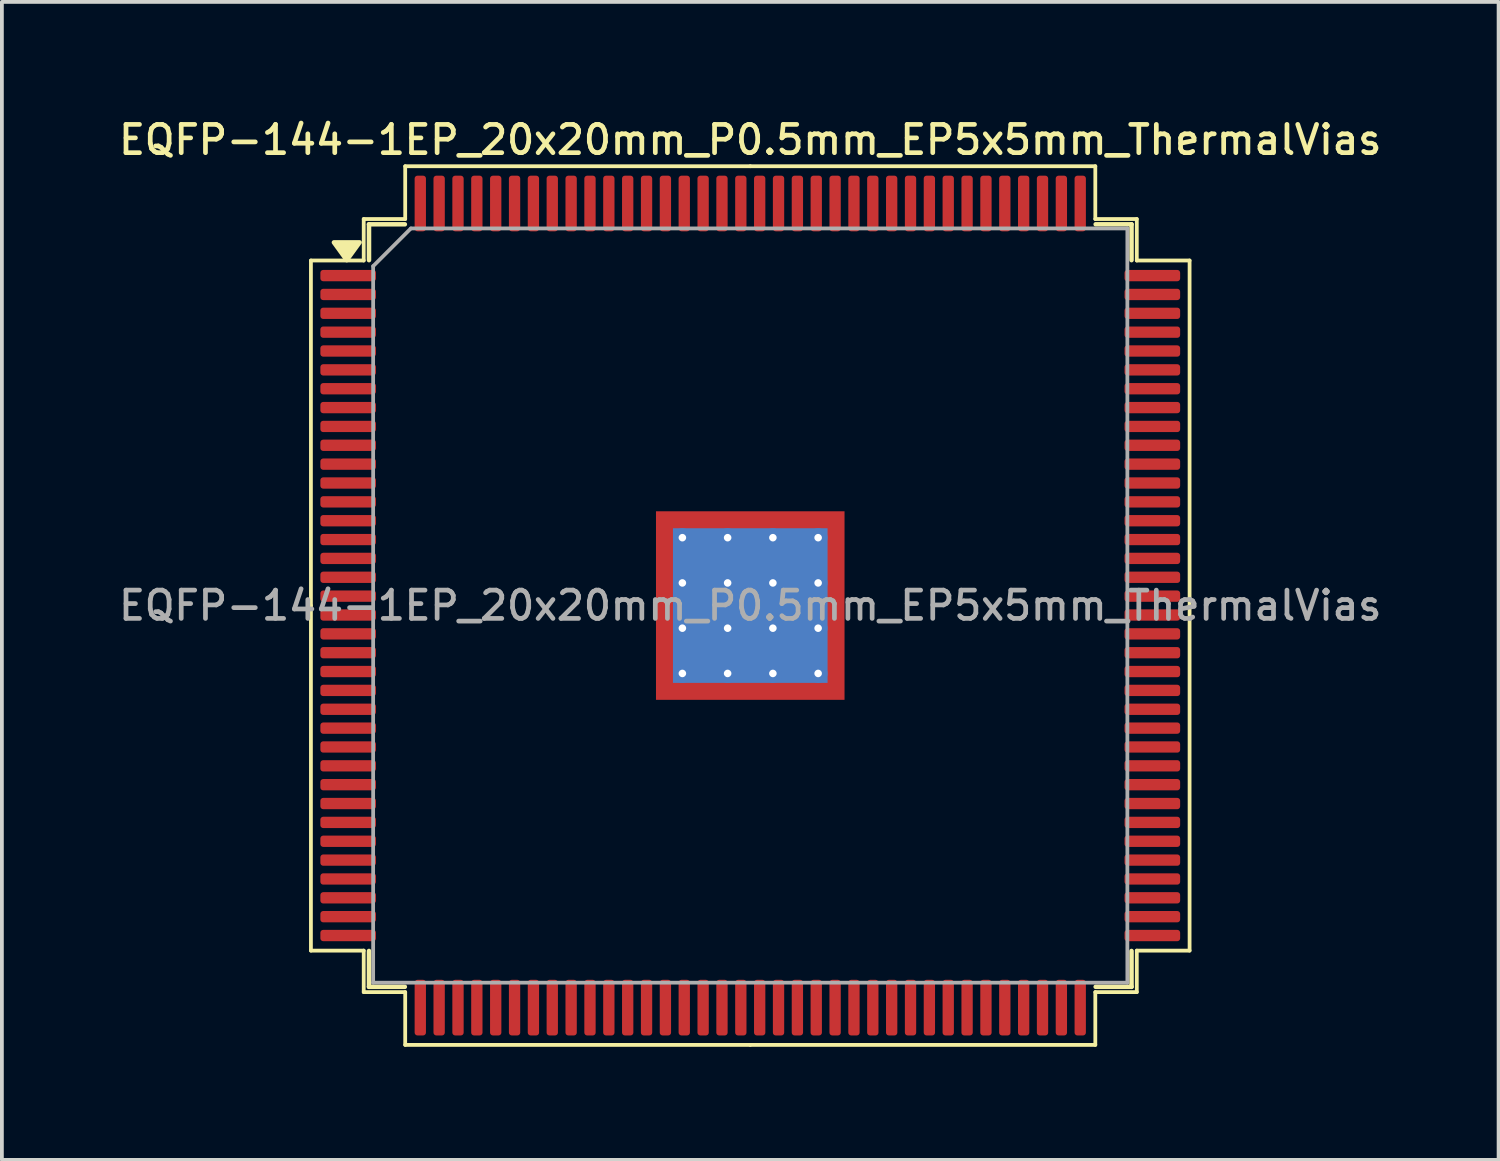
<source format=kicad_pcb>
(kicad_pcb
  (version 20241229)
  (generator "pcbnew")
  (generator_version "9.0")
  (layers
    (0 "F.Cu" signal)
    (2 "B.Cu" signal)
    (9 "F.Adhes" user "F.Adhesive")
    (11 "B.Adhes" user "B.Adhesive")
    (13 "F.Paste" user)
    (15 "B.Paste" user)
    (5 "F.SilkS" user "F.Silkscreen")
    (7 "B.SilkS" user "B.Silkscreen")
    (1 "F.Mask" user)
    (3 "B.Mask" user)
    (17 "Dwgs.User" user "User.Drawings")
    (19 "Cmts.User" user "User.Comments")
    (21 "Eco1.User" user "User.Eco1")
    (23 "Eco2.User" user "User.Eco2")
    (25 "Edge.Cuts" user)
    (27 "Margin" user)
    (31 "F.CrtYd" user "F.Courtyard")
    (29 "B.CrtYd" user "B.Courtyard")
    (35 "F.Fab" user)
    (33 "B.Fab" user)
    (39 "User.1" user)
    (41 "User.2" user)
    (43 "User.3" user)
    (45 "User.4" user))
  (footprint "EQFP-144-1EP_20x20mm_P0.5mm_EP5x5mm_ThermalVias"
    (layer "F.Cu")
    (at 16.845 13.008)
    (property "Reference" "EQFP-144-1EP_20x20mm_P0.5mm_EP5x5mm_ThermalVias" (at 0 -12.35 0) (layer "F.SilkS") (effects (font (size 0.75 0.75) (thickness 0.125))))
    (attr smd)
    (fp_line (start -11.65 -9.15) (end -11.65 0) (stroke (width 0.1) (type solid)) (layer "F.SilkS"))
    (fp_line (start -11.65 9.15) (end -11.65 0) (stroke (width 0.1) (type solid)) (layer "F.SilkS"))
    (fp_line (start -10.25 -10.25) (end -10.25 -9.15) (stroke (width 0.1) (type solid)) (layer "F.SilkS"))
    (fp_line (start -10.25 -9.15) (end -11.65 -9.15) (stroke (width 0.1) (type solid)) (layer "F.SilkS"))
    (fp_line (start -10.25 9.15) (end -11.65 9.15) (stroke (width 0.1) (type solid)) (layer "F.SilkS"))
    (fp_line (start -10.25 10.25) (end -10.25 9.15) (stroke (width 0.1) (type solid)) (layer "F.SilkS"))
    (fp_line (start -10.11 -10.11) (end -10.11 -9.16) (stroke (width 0.12) (type solid)) (layer "F.SilkS"))
    (fp_line (start -10.11 10.11) (end -10.11 9.16) (stroke (width 0.12) (type solid)) (layer "F.SilkS"))
    (fp_line (start -9.16 -10.11) (end -10.11 -10.11) (stroke (width 0.12) (type solid)) (layer "F.SilkS"))
    (fp_line (start -9.16 10.11) (end -10.11 10.11) (stroke (width 0.12) (type solid)) (layer "F.SilkS"))
    (fp_line (start -9.15 -11.65) (end -9.15 -10.25) (stroke (width 0.1) (type solid)) (layer "F.SilkS"))
    (fp_line (start -9.15 -10.25) (end -10.25 -10.25) (stroke (width 0.1) (type solid)) (layer "F.SilkS"))
    (fp_line (start -9.15 10.25) (end -10.25 10.25) (stroke (width 0.1) (type solid)) (layer "F.SilkS"))
    (fp_line (start -9.15 11.65) (end -9.15 10.25) (stroke (width 0.1) (type solid)) (layer "F.SilkS"))
    (fp_line (start 0 -11.65) (end -9.15 -11.65) (stroke (width 0.1) (type solid)) (layer "F.SilkS"))
    (fp_line (start 0 -11.65) (end 9.15 -11.65) (stroke (width 0.1) (type solid)) (layer "F.SilkS"))
    (fp_line (start 0 11.65) (end -9.15 11.65) (stroke (width 0.1) (type solid)) (layer "F.SilkS"))
    (fp_line (start 0 11.65) (end 9.15 11.65) (stroke (width 0.1) (type solid)) (layer "F.SilkS"))
    (fp_line (start 9.15 -11.65) (end 9.15 -10.25) (stroke (width 0.1) (type solid)) (layer "F.SilkS"))
    (fp_line (start 9.15 -10.25) (end 10.25 -10.25) (stroke (width 0.1) (type solid)) (layer "F.SilkS"))
    (fp_line (start 9.15 10.25) (end 10.25 10.25) (stroke (width 0.1) (type solid)) (layer "F.SilkS"))
    (fp_line (start 9.15 11.65) (end 9.15 10.25) (stroke (width 0.1) (type solid)) (layer "F.SilkS"))
    (fp_line (start 9.16 -10.11) (end 10.11 -10.11) (stroke (width 0.12) (type solid)) (layer "F.SilkS"))
    (fp_line (start 9.16 10.11) (end 10.11 10.11) (stroke (width 0.12) (type solid)) (layer "F.SilkS"))
    (fp_line (start 10.11 -10.11) (end 10.11 -9.16) (stroke (width 0.12) (type solid)) (layer "F.SilkS"))
    (fp_line (start 10.11 10.11) (end 10.11 9.16) (stroke (width 0.12) (type solid)) (layer "F.SilkS"))
    (fp_line (start 10.25 -10.25) (end 10.25 -9.15) (stroke (width 0.1) (type solid)) (layer "F.SilkS"))
    (fp_line (start 10.25 -9.15) (end 11.65 -9.15) (stroke (width 0.1) (type solid)) (layer "F.SilkS"))
    (fp_line (start 10.25 9.15) (end 11.65 9.15) (stroke (width 0.1) (type solid)) (layer "F.SilkS"))
    (fp_line (start 10.25 10.25) (end 10.25 9.15) (stroke (width 0.1) (type solid)) (layer "F.SilkS"))
    (fp_line (start 11.65 -9.15) (end 11.65 0) (stroke (width 0.1) (type solid)) (layer "F.SilkS"))
    (fp_line (start 11.65 9.15) (end 11.65 0) (stroke (width 0.1) (type solid)) (layer "F.SilkS"))
    (fp_poly (pts (xy -10.7 -9.16) (xy -11.04 -9.63) (xy -10.36 -9.63) (xy -10.7 -9.16)) (stroke (width 0.12) (type solid)) (fill yes) (layer "F.SilkS"))
    (fp_line (start -10 -9) (end -9 -10) (stroke (width 0.1) (type solid)) (layer "F.Fab"))
    (fp_line (start -10 10) (end -10 -9) (stroke (width 0.1) (type solid)) (layer "F.Fab"))
    (fp_line (start -9 -10) (end 10 -10) (stroke (width 0.1) (type solid)) (layer "F.Fab"))
    (fp_line (start 10 -10) (end 10 10) (stroke (width 0.1) (type solid)) (layer "F.Fab"))
    (fp_line (start 10 10) (end -10 10) (stroke (width 0.1) (type solid)) (layer "F.Fab"))
    (fp_text user "${REFERENCE}" (at 0 0 0) (layer "F.Fab") (effects (font (size 0.75 0.75) (thickness 0.125))))
    (pad "" smd custom (at -2.15 -2.15) (size 0.46 0.46) (layers "F.Paste") (options (anchor circle)) (primitives (gr_poly (pts (xy -0.178 -0.178) (xy 0.178 -0.178) (xy 0.178 0.092) (xy 0.092 0.178) (xy -0.178 0.178)) (width 0.208) (fill yes))))
    (pad "" smd custom (at -2.15 -1.2) (size 0.495 0.495) (layers "F.Paste") (options (anchor circle)) (primitives (gr_poly (pts (xy -0.212 -0.414) (xy 0.154 -0.414) (xy 0.212 -0.356) (xy 0.212 0.356) (xy 0.154 0.414) (xy -0.212 0.414)) (width 0.14) (fill yes))))
    (pad "" smd custom (at -2.15 0) (size 0.495 0.495) (layers "F.Paste") (options (anchor circle)) (primitives (gr_poly (pts (xy -0.212 -0.414) (xy 0.154 -0.414) (xy 0.212 -0.356) (xy 0.212 0.356) (xy 0.154 0.414) (xy -0.212 0.414)) (width 0.14) (fill yes))))
    (pad "" smd custom (at -2.15 1.2) (size 0.495 0.495) (layers "F.Paste") (options (anchor circle)) (primitives (gr_poly (pts (xy -0.212 -0.414) (xy 0.154 -0.414) (xy 0.212 -0.356) (xy 0.212 0.356) (xy 0.154 0.414) (xy -0.212 0.414)) (width 0.14) (fill yes))))
    (pad "" smd custom (at -2.15 2.15) (size 0.46 0.46) (layers "F.Paste") (options (anchor circle)) (primitives (gr_poly (pts (xy -0.178 -0.178) (xy 0.092 -0.178) (xy 0.178 -0.092) (xy 0.178 0.178) (xy -0.178 0.178)) (width 0.208) (fill yes))))
    (pad "" smd custom (at -1.2 -2.15) (size 0.495 0.495) (layers "F.Paste") (options (anchor circle)) (primitives (gr_poly (pts (xy -0.414 -0.212) (xy 0.414 -0.212) (xy 0.414 0.154) (xy 0.356 0.212) (xy -0.356 0.212) (xy -0.414 0.154)) (width 0.14) (fill yes))))
    (pad "" smd roundrect (at -1.2 -1.2) (size 0.967 0.967) (layers "F.Paste") (roundrect_rratio 0.25))
    (pad "" smd roundrect (at -1.2 0) (size 0.967 0.967) (layers "F.Paste") (roundrect_rratio 0.25))
    (pad "" smd roundrect (at -1.2 1.2) (size 0.967 0.967) (layers "F.Paste") (roundrect_rratio 0.25))
    (pad "" smd custom (at -1.2 2.15) (size 0.495 0.495) (layers "F.Paste") (options (anchor circle)) (primitives (gr_poly (pts (xy -0.414 -0.154) (xy -0.356 -0.212) (xy 0.356 -0.212) (xy 0.414 -0.154) (xy 0.414 0.212) (xy -0.414 0.212)) (width 0.14) (fill yes))))
    (pad "" smd custom (at 0 -2.15) (size 0.495 0.495) (layers "F.Paste") (options (anchor circle)) (primitives (gr_poly (pts (xy -0.414 -0.212) (xy 0.414 -0.212) (xy 0.414 0.154) (xy 0.356 0.212) (xy -0.356 0.212) (xy -0.414 0.154)) (width 0.14) (fill yes))))
    (pad "" smd roundrect (at 0 -1.2) (size 0.967 0.967) (layers "F.Paste") (roundrect_rratio 0.25))
    (pad "" smd roundrect (at 0 0) (size 0.967 0.967) (layers "F.Paste") (roundrect_rratio 0.25))
    (pad "" smd roundrect (at 0 1.2) (size 0.967 0.967) (layers "F.Paste") (roundrect_rratio 0.25))
    (pad "" smd custom (at 0 2.15) (size 0.495 0.495) (layers "F.Paste") (options (anchor circle)) (primitives (gr_poly (pts (xy -0.414 -0.154) (xy -0.356 -0.212) (xy 0.356 -0.212) (xy 0.414 -0.154) (xy 0.414 0.212) (xy -0.414 0.212)) (width 0.14) (fill yes))))
    (pad "" smd custom (at 1.2 -2.15) (size 0.495 0.495) (layers "F.Paste") (options (anchor circle)) (primitives (gr_poly (pts (xy -0.414 -0.212) (xy 0.414 -0.212) (xy 0.414 0.154) (xy 0.356 0.212) (xy -0.356 0.212) (xy -0.414 0.154)) (width 0.14) (fill yes))))
    (pad "" smd roundrect (at 1.2 -1.2) (size 0.967 0.967) (layers "F.Paste") (roundrect_rratio 0.25))
    (pad "" smd roundrect (at 1.2 0) (size 0.967 0.967) (layers "F.Paste") (roundrect_rratio 0.25))
    (pad "" smd roundrect (at 1.2 1.2) (size 0.967 0.967) (layers "F.Paste") (roundrect_rratio 0.25))
    (pad "" smd custom (at 1.2 2.15) (size 0.495 0.495) (layers "F.Paste") (options (anchor circle)) (primitives (gr_poly (pts (xy -0.414 -0.154) (xy -0.356 -0.212) (xy 0.356 -0.212) (xy 0.414 -0.154) (xy 0.414 0.212) (xy -0.414 0.212)) (width 0.14) (fill yes))))
    (pad "" smd custom (at 2.15 -2.15) (size 0.46 0.46) (layers "F.Paste") (options (anchor circle)) (primitives (gr_poly (pts (xy -0.178 -0.178) (xy 0.178 -0.178) (xy 0.178 0.178) (xy -0.092 0.178) (xy -0.178 0.092)) (width 0.208) (fill yes))))
    (pad "" smd custom (at 2.15 -1.2) (size 0.495 0.495) (layers "F.Paste") (options (anchor circle)) (primitives (gr_poly (pts (xy -0.212 -0.356) (xy -0.154 -0.414) (xy 0.212 -0.414) (xy 0.212 0.414) (xy -0.154 0.414) (xy -0.212 0.356)) (width 0.14) (fill yes))))
    (pad "" smd custom (at 2.15 0) (size 0.495 0.495) (layers "F.Paste") (options (anchor circle)) (primitives (gr_poly (pts (xy -0.212 -0.356) (xy -0.154 -0.414) (xy 0.212 -0.414) (xy 0.212 0.414) (xy -0.154 0.414) (xy -0.212 0.356)) (width 0.14) (fill yes))))
    (pad "" smd custom (at 2.15 1.2) (size 0.495 0.495) (layers "F.Paste") (options (anchor circle)) (primitives (gr_poly (pts (xy -0.212 -0.356) (xy -0.154 -0.414) (xy 0.212 -0.414) (xy 0.212 0.414) (xy -0.154 0.414) (xy -0.212 0.356)) (width 0.14) (fill yes))))
    (pad "" smd custom (at 2.15 2.15) (size 0.46 0.46) (layers "F.Paste") (options (anchor circle)) (primitives (gr_poly (pts (xy -0.178 -0.092) (xy -0.092 -0.178) (xy 0.178 -0.178) (xy 0.178 0.178) (xy -0.178 0.178)) (width 0.208) (fill yes))))
    (pad "1" smd roundrect (at -10.662 -8.75) (size 1.475 0.3) (layers "F.Cu" "F.Mask" "F.Paste") (roundrect_rratio 0.25))
    (pad "2" smd roundrect (at -10.662 -8.25) (size 1.475 0.3) (layers "F.Cu" "F.Mask" "F.Paste") (roundrect_rratio 0.25))
    (pad "3" smd roundrect (at -10.662 -7.75) (size 1.475 0.3) (layers "F.Cu" "F.Mask" "F.Paste") (roundrect_rratio 0.25))
    (pad "4" smd roundrect (at -10.662 -7.25) (size 1.475 0.3) (layers "F.Cu" "F.Mask" "F.Paste") (roundrect_rratio 0.25))
    (pad "5" smd roundrect (at -10.662 -6.75) (size 1.475 0.3) (layers "F.Cu" "F.Mask" "F.Paste") (roundrect_rratio 0.25))
    (pad "6" smd roundrect (at -10.662 -6.25) (size 1.475 0.3) (layers "F.Cu" "F.Mask" "F.Paste") (roundrect_rratio 0.25))
    (pad "7" smd roundrect (at -10.662 -5.75) (size 1.475 0.3) (layers "F.Cu" "F.Mask" "F.Paste") (roundrect_rratio 0.25))
    (pad "8" smd roundrect (at -10.662 -5.25) (size 1.475 0.3) (layers "F.Cu" "F.Mask" "F.Paste") (roundrect_rratio 0.25))
    (pad "9" smd roundrect (at -10.662 -4.75) (size 1.475 0.3) (layers "F.Cu" "F.Mask" "F.Paste") (roundrect_rratio 0.25))
    (pad "10" smd roundrect (at -10.662 -4.25) (size 1.475 0.3) (layers "F.Cu" "F.Mask" "F.Paste") (roundrect_rratio 0.25))
    (pad "11" smd roundrect (at -10.662 -3.75) (size 1.475 0.3) (layers "F.Cu" "F.Mask" "F.Paste") (roundrect_rratio 0.25))
    (pad "12" smd roundrect (at -10.662 -3.25) (size 1.475 0.3) (layers "F.Cu" "F.Mask" "F.Paste") (roundrect_rratio 0.25))
    (pad "13" smd roundrect (at -10.662 -2.75) (size 1.475 0.3) (layers "F.Cu" "F.Mask" "F.Paste") (roundrect_rratio 0.25))
    (pad "14" smd roundrect (at -10.662 -2.25) (size 1.475 0.3) (layers "F.Cu" "F.Mask" "F.Paste") (roundrect_rratio 0.25))
    (pad "15" smd roundrect (at -10.662 -1.75) (size 1.475 0.3) (layers "F.Cu" "F.Mask" "F.Paste") (roundrect_rratio 0.25))
    (pad "16" smd roundrect (at -10.662 -1.25) (size 1.475 0.3) (layers "F.Cu" "F.Mask" "F.Paste") (roundrect_rratio 0.25))
    (pad "17" smd roundrect (at -10.662 -0.75) (size 1.475 0.3) (layers "F.Cu" "F.Mask" "F.Paste") (roundrect_rratio 0.25))
    (pad "18" smd roundrect (at -10.662 -0.25) (size 1.475 0.3) (layers "F.Cu" "F.Mask" "F.Paste") (roundrect_rratio 0.25))
    (pad "19" smd roundrect (at -10.662 0.25) (size 1.475 0.3) (layers "F.Cu" "F.Mask" "F.Paste") (roundrect_rratio 0.25))
    (pad "20" smd roundrect (at -10.662 0.75) (size 1.475 0.3) (layers "F.Cu" "F.Mask" "F.Paste") (roundrect_rratio 0.25))
    (pad "21" smd roundrect (at -10.662 1.25) (size 1.475 0.3) (layers "F.Cu" "F.Mask" "F.Paste") (roundrect_rratio 0.25))
    (pad "22" smd roundrect (at -10.662 1.75) (size 1.475 0.3) (layers "F.Cu" "F.Mask" "F.Paste") (roundrect_rratio 0.25))
    (pad "23" smd roundrect (at -10.662 2.25) (size 1.475 0.3) (layers "F.Cu" "F.Mask" "F.Paste") (roundrect_rratio 0.25))
    (pad "24" smd roundrect (at -10.662 2.75) (size 1.475 0.3) (layers "F.Cu" "F.Mask" "F.Paste") (roundrect_rratio 0.25))
    (pad "25" smd roundrect (at -10.662 3.25) (size 1.475 0.3) (layers "F.Cu" "F.Mask" "F.Paste") (roundrect_rratio 0.25))
    (pad "26" smd roundrect (at -10.662 3.75) (size 1.475 0.3) (layers "F.Cu" "F.Mask" "F.Paste") (roundrect_rratio 0.25))
    (pad "27" smd roundrect (at -10.662 4.25) (size 1.475 0.3) (layers "F.Cu" "F.Mask" "F.Paste") (roundrect_rratio 0.25))
    (pad "28" smd roundrect (at -10.662 4.75) (size 1.475 0.3) (layers "F.Cu" "F.Mask" "F.Paste") (roundrect_rratio 0.25))
    (pad "29" smd roundrect (at -10.662 5.25) (size 1.475 0.3) (layers "F.Cu" "F.Mask" "F.Paste") (roundrect_rratio 0.25))
    (pad "30" smd roundrect (at -10.662 5.75) (size 1.475 0.3) (layers "F.Cu" "F.Mask" "F.Paste") (roundrect_rratio 0.25))
    (pad "31" smd roundrect (at -10.662 6.25) (size 1.475 0.3) (layers "F.Cu" "F.Mask" "F.Paste") (roundrect_rratio 0.25))
    (pad "32" smd roundrect (at -10.662 6.75) (size 1.475 0.3) (layers "F.Cu" "F.Mask" "F.Paste") (roundrect_rratio 0.25))
    (pad "33" smd roundrect (at -10.662 7.25) (size 1.475 0.3) (layers "F.Cu" "F.Mask" "F.Paste") (roundrect_rratio 0.25))
    (pad "34" smd roundrect (at -10.662 7.75) (size 1.475 0.3) (layers "F.Cu" "F.Mask" "F.Paste") (roundrect_rratio 0.25))
    (pad "35" smd roundrect (at -10.662 8.25) (size 1.475 0.3) (layers "F.Cu" "F.Mask" "F.Paste") (roundrect_rratio 0.25))
    (pad "36" smd roundrect (at -10.662 8.75) (size 1.475 0.3) (layers "F.Cu" "F.Mask" "F.Paste") (roundrect_rratio 0.25))
    (pad "37" smd roundrect (at -8.75 10.662) (size 0.3 1.475) (layers "F.Cu" "F.Mask" "F.Paste") (roundrect_rratio 0.25))
    (pad "38" smd roundrect (at -8.25 10.662) (size 0.3 1.475) (layers "F.Cu" "F.Mask" "F.Paste") (roundrect_rratio 0.25))
    (pad "39" smd roundrect (at -7.75 10.662) (size 0.3 1.475) (layers "F.Cu" "F.Mask" "F.Paste") (roundrect_rratio 0.25))
    (pad "40" smd roundrect (at -7.25 10.662) (size 0.3 1.475) (layers "F.Cu" "F.Mask" "F.Paste") (roundrect_rratio 0.25))
    (pad "41" smd roundrect (at -6.75 10.662) (size 0.3 1.475) (layers "F.Cu" "F.Mask" "F.Paste") (roundrect_rratio 0.25))
    (pad "42" smd roundrect (at -6.25 10.662) (size 0.3 1.475) (layers "F.Cu" "F.Mask" "F.Paste") (roundrect_rratio 0.25))
    (pad "43" smd roundrect (at -5.75 10.662) (size 0.3 1.475) (layers "F.Cu" "F.Mask" "F.Paste") (roundrect_rratio 0.25))
    (pad "44" smd roundrect (at -5.25 10.662) (size 0.3 1.475) (layers "F.Cu" "F.Mask" "F.Paste") (roundrect_rratio 0.25))
    (pad "45" smd roundrect (at -4.75 10.662) (size 0.3 1.475) (layers "F.Cu" "F.Mask" "F.Paste") (roundrect_rratio 0.25))
    (pad "46" smd roundrect (at -4.25 10.662) (size 0.3 1.475) (layers "F.Cu" "F.Mask" "F.Paste") (roundrect_rratio 0.25))
    (pad "47" smd roundrect (at -3.75 10.662) (size 0.3 1.475) (layers "F.Cu" "F.Mask" "F.Paste") (roundrect_rratio 0.25))
    (pad "48" smd roundrect (at -3.25 10.662) (size 0.3 1.475) (layers "F.Cu" "F.Mask" "F.Paste") (roundrect_rratio 0.25))
    (pad "49" smd roundrect (at -2.75 10.662) (size 0.3 1.475) (layers "F.Cu" "F.Mask" "F.Paste") (roundrect_rratio 0.25))
    (pad "50" smd roundrect (at -2.25 10.662) (size 0.3 1.475) (layers "F.Cu" "F.Mask" "F.Paste") (roundrect_rratio 0.25))
    (pad "51" smd roundrect (at -1.75 10.662) (size 0.3 1.475) (layers "F.Cu" "F.Mask" "F.Paste") (roundrect_rratio 0.25))
    (pad "52" smd roundrect (at -1.25 10.662) (size 0.3 1.475) (layers "F.Cu" "F.Mask" "F.Paste") (roundrect_rratio 0.25))
    (pad "53" smd roundrect (at -0.75 10.662) (size 0.3 1.475) (layers "F.Cu" "F.Mask" "F.Paste") (roundrect_rratio 0.25))
    (pad "54" smd roundrect (at -0.25 10.662) (size 0.3 1.475) (layers "F.Cu" "F.Mask" "F.Paste") (roundrect_rratio 0.25))
    (pad "55" smd roundrect (at 0.25 10.662) (size 0.3 1.475) (layers "F.Cu" "F.Mask" "F.Paste") (roundrect_rratio 0.25))
    (pad "56" smd roundrect (at 0.75 10.662) (size 0.3 1.475) (layers "F.Cu" "F.Mask" "F.Paste") (roundrect_rratio 0.25))
    (pad "57" smd roundrect (at 1.25 10.662) (size 0.3 1.475) (layers "F.Cu" "F.Mask" "F.Paste") (roundrect_rratio 0.25))
    (pad "58" smd roundrect (at 1.75 10.662) (size 0.3 1.475) (layers "F.Cu" "F.Mask" "F.Paste") (roundrect_rratio 0.25))
    (pad "59" smd roundrect (at 2.25 10.662) (size 0.3 1.475) (layers "F.Cu" "F.Mask" "F.Paste") (roundrect_rratio 0.25))
    (pad "60" smd roundrect (at 2.75 10.662) (size 0.3 1.475) (layers "F.Cu" "F.Mask" "F.Paste") (roundrect_rratio 0.25))
    (pad "61" smd roundrect (at 3.25 10.662) (size 0.3 1.475) (layers "F.Cu" "F.Mask" "F.Paste") (roundrect_rratio 0.25))
    (pad "62" smd roundrect (at 3.75 10.662) (size 0.3 1.475) (layers "F.Cu" "F.Mask" "F.Paste") (roundrect_rratio 0.25))
    (pad "63" smd roundrect (at 4.25 10.662) (size 0.3 1.475) (layers "F.Cu" "F.Mask" "F.Paste") (roundrect_rratio 0.25))
    (pad "64" smd roundrect (at 4.75 10.662) (size 0.3 1.475) (layers "F.Cu" "F.Mask" "F.Paste") (roundrect_rratio 0.25))
    (pad "65" smd roundrect (at 5.25 10.662) (size 0.3 1.475) (layers "F.Cu" "F.Mask" "F.Paste") (roundrect_rratio 0.25))
    (pad "66" smd roundrect (at 5.75 10.662) (size 0.3 1.475) (layers "F.Cu" "F.Mask" "F.Paste") (roundrect_rratio 0.25))
    (pad "67" smd roundrect (at 6.25 10.662) (size 0.3 1.475) (layers "F.Cu" "F.Mask" "F.Paste") (roundrect_rratio 0.25))
    (pad "68" smd roundrect (at 6.75 10.662) (size 0.3 1.475) (layers "F.Cu" "F.Mask" "F.Paste") (roundrect_rratio 0.25))
    (pad "69" smd roundrect (at 7.25 10.662) (size 0.3 1.475) (layers "F.Cu" "F.Mask" "F.Paste") (roundrect_rratio 0.25))
    (pad "70" smd roundrect (at 7.75 10.662) (size 0.3 1.475) (layers "F.Cu" "F.Mask" "F.Paste") (roundrect_rratio 0.25))
    (pad "71" smd roundrect (at 8.25 10.662) (size 0.3 1.475) (layers "F.Cu" "F.Mask" "F.Paste") (roundrect_rratio 0.25))
    (pad "72" smd roundrect (at 8.75 10.662) (size 0.3 1.475) (layers "F.Cu" "F.Mask" "F.Paste") (roundrect_rratio 0.25))
    (pad "73" smd roundrect (at 10.662 8.75) (size 1.475 0.3) (layers "F.Cu" "F.Mask" "F.Paste") (roundrect_rratio 0.25))
    (pad "74" smd roundrect (at 10.662 8.25) (size 1.475 0.3) (layers "F.Cu" "F.Mask" "F.Paste") (roundrect_rratio 0.25))
    (pad "75" smd roundrect (at 10.662 7.75) (size 1.475 0.3) (layers "F.Cu" "F.Mask" "F.Paste") (roundrect_rratio 0.25))
    (pad "76" smd roundrect (at 10.662 7.25) (size 1.475 0.3) (layers "F.Cu" "F.Mask" "F.Paste") (roundrect_rratio 0.25))
    (pad "77" smd roundrect (at 10.662 6.75) (size 1.475 0.3) (layers "F.Cu" "F.Mask" "F.Paste") (roundrect_rratio 0.25))
    (pad "78" smd roundrect (at 10.662 6.25) (size 1.475 0.3) (layers "F.Cu" "F.Mask" "F.Paste") (roundrect_rratio 0.25))
    (pad "79" smd roundrect (at 10.662 5.75) (size 1.475 0.3) (layers "F.Cu" "F.Mask" "F.Paste") (roundrect_rratio 0.25))
    (pad "80" smd roundrect (at 10.662 5.25) (size 1.475 0.3) (layers "F.Cu" "F.Mask" "F.Paste") (roundrect_rratio 0.25))
    (pad "81" smd roundrect (at 10.662 4.75) (size 1.475 0.3) (layers "F.Cu" "F.Mask" "F.Paste") (roundrect_rratio 0.25))
    (pad "82" smd roundrect (at 10.662 4.25) (size 1.475 0.3) (layers "F.Cu" "F.Mask" "F.Paste") (roundrect_rratio 0.25))
    (pad "83" smd roundrect (at 10.662 3.75) (size 1.475 0.3) (layers "F.Cu" "F.Mask" "F.Paste") (roundrect_rratio 0.25))
    (pad "84" smd roundrect (at 10.662 3.25) (size 1.475 0.3) (layers "F.Cu" "F.Mask" "F.Paste") (roundrect_rratio 0.25))
    (pad "85" smd roundrect (at 10.662 2.75) (size 1.475 0.3) (layers "F.Cu" "F.Mask" "F.Paste") (roundrect_rratio 0.25))
    (pad "86" smd roundrect (at 10.662 2.25) (size 1.475 0.3) (layers "F.Cu" "F.Mask" "F.Paste") (roundrect_rratio 0.25))
    (pad "87" smd roundrect (at 10.662 1.75) (size 1.475 0.3) (layers "F.Cu" "F.Mask" "F.Paste") (roundrect_rratio 0.25))
    (pad "88" smd roundrect (at 10.662 1.25) (size 1.475 0.3) (layers "F.Cu" "F.Mask" "F.Paste") (roundrect_rratio 0.25))
    (pad "89" smd roundrect (at 10.662 0.75) (size 1.475 0.3) (layers "F.Cu" "F.Mask" "F.Paste") (roundrect_rratio 0.25))
    (pad "90" smd roundrect (at 10.662 0.25) (size 1.475 0.3) (layers "F.Cu" "F.Mask" "F.Paste") (roundrect_rratio 0.25))
    (pad "91" smd roundrect (at 10.662 -0.25) (size 1.475 0.3) (layers "F.Cu" "F.Mask" "F.Paste") (roundrect_rratio 0.25))
    (pad "92" smd roundrect (at 10.662 -0.75) (size 1.475 0.3) (layers "F.Cu" "F.Mask" "F.Paste") (roundrect_rratio 0.25))
    (pad "93" smd roundrect (at 10.662 -1.25) (size 1.475 0.3) (layers "F.Cu" "F.Mask" "F.Paste") (roundrect_rratio 0.25))
    (pad "94" smd roundrect (at 10.662 -1.75) (size 1.475 0.3) (layers "F.Cu" "F.Mask" "F.Paste") (roundrect_rratio 0.25))
    (pad "95" smd roundrect (at 10.662 -2.25) (size 1.475 0.3) (layers "F.Cu" "F.Mask" "F.Paste") (roundrect_rratio 0.25))
    (pad "96" smd roundrect (at 10.662 -2.75) (size 1.475 0.3) (layers "F.Cu" "F.Mask" "F.Paste") (roundrect_rratio 0.25))
    (pad "97" smd roundrect (at 10.662 -3.25) (size 1.475 0.3) (layers "F.Cu" "F.Mask" "F.Paste") (roundrect_rratio 0.25))
    (pad "98" smd roundrect (at 10.662 -3.75) (size 1.475 0.3) (layers "F.Cu" "F.Mask" "F.Paste") (roundrect_rratio 0.25))
    (pad "99" smd roundrect (at 10.662 -4.25) (size 1.475 0.3) (layers "F.Cu" "F.Mask" "F.Paste") (roundrect_rratio 0.25))
    (pad "100" smd roundrect (at 10.662 -4.75) (size 1.475 0.3) (layers "F.Cu" "F.Mask" "F.Paste") (roundrect_rratio 0.25))
    (pad "101" smd roundrect (at 10.662 -5.25) (size 1.475 0.3) (layers "F.Cu" "F.Mask" "F.Paste") (roundrect_rratio 0.25))
    (pad "102" smd roundrect (at 10.662 -5.75) (size 1.475 0.3) (layers "F.Cu" "F.Mask" "F.Paste") (roundrect_rratio 0.25))
    (pad "103" smd roundrect (at 10.662 -6.25) (size 1.475 0.3) (layers "F.Cu" "F.Mask" "F.Paste") (roundrect_rratio 0.25))
    (pad "104" smd roundrect (at 10.662 -6.75) (size 1.475 0.3) (layers "F.Cu" "F.Mask" "F.Paste") (roundrect_rratio 0.25))
    (pad "105" smd roundrect (at 10.662 -7.25) (size 1.475 0.3) (layers "F.Cu" "F.Mask" "F.Paste") (roundrect_rratio 0.25))
    (pad "106" smd roundrect (at 10.662 -7.75) (size 1.475 0.3) (layers "F.Cu" "F.Mask" "F.Paste") (roundrect_rratio 0.25))
    (pad "107" smd roundrect (at 10.662 -8.25) (size 1.475 0.3) (layers "F.Cu" "F.Mask" "F.Paste") (roundrect_rratio 0.25))
    (pad "108" smd roundrect (at 10.662 -8.75) (size 1.475 0.3) (layers "F.Cu" "F.Mask" "F.Paste") (roundrect_rratio 0.25))
    (pad "109" smd roundrect (at 8.75 -10.662) (size 0.3 1.475) (layers "F.Cu" "F.Mask" "F.Paste") (roundrect_rratio 0.25))
    (pad "110" smd roundrect (at 8.25 -10.662) (size 0.3 1.475) (layers "F.Cu" "F.Mask" "F.Paste") (roundrect_rratio 0.25))
    (pad "111" smd roundrect (at 7.75 -10.662) (size 0.3 1.475) (layers "F.Cu" "F.Mask" "F.Paste") (roundrect_rratio 0.25))
    (pad "112" smd roundrect (at 7.25 -10.662) (size 0.3 1.475) (layers "F.Cu" "F.Mask" "F.Paste") (roundrect_rratio 0.25))
    (pad "113" smd roundrect (at 6.75 -10.662) (size 0.3 1.475) (layers "F.Cu" "F.Mask" "F.Paste") (roundrect_rratio 0.25))
    (pad "114" smd roundrect (at 6.25 -10.662) (size 0.3 1.475) (layers "F.Cu" "F.Mask" "F.Paste") (roundrect_rratio 0.25))
    (pad "115" smd roundrect (at 5.75 -10.662) (size 0.3 1.475) (layers "F.Cu" "F.Mask" "F.Paste") (roundrect_rratio 0.25))
    (pad "116" smd roundrect (at 5.25 -10.662) (size 0.3 1.475) (layers "F.Cu" "F.Mask" "F.Paste") (roundrect_rratio 0.25))
    (pad "117" smd roundrect (at 4.75 -10.662) (size 0.3 1.475) (layers "F.Cu" "F.Mask" "F.Paste") (roundrect_rratio 0.25))
    (pad "118" smd roundrect (at 4.25 -10.662) (size 0.3 1.475) (layers "F.Cu" "F.Mask" "F.Paste") (roundrect_rratio 0.25))
    (pad "119" smd roundrect (at 3.75 -10.662) (size 0.3 1.475) (layers "F.Cu" "F.Mask" "F.Paste") (roundrect_rratio 0.25))
    (pad "120" smd roundrect (at 3.25 -10.662) (size 0.3 1.475) (layers "F.Cu" "F.Mask" "F.Paste") (roundrect_rratio 0.25))
    (pad "121" smd roundrect (at 2.75 -10.662) (size 0.3 1.475) (layers "F.Cu" "F.Mask" "F.Paste") (roundrect_rratio 0.25))
    (pad "122" smd roundrect (at 2.25 -10.662) (size 0.3 1.475) (layers "F.Cu" "F.Mask" "F.Paste") (roundrect_rratio 0.25))
    (pad "123" smd roundrect (at 1.75 -10.662) (size 0.3 1.475) (layers "F.Cu" "F.Mask" "F.Paste") (roundrect_rratio 0.25))
    (pad "124" smd roundrect (at 1.25 -10.662) (size 0.3 1.475) (layers "F.Cu" "F.Mask" "F.Paste") (roundrect_rratio 0.25))
    (pad "125" smd roundrect (at 0.75 -10.662) (size 0.3 1.475) (layers "F.Cu" "F.Mask" "F.Paste") (roundrect_rratio 0.25))
    (pad "126" smd roundrect (at 0.25 -10.662) (size 0.3 1.475) (layers "F.Cu" "F.Mask" "F.Paste") (roundrect_rratio 0.25))
    (pad "127" smd roundrect (at -0.25 -10.662) (size 0.3 1.475) (layers "F.Cu" "F.Mask" "F.Paste") (roundrect_rratio 0.25))
    (pad "128" smd roundrect (at -0.75 -10.662) (size 0.3 1.475) (layers "F.Cu" "F.Mask" "F.Paste") (roundrect_rratio 0.25))
    (pad "129" smd roundrect (at -1.25 -10.662) (size 0.3 1.475) (layers "F.Cu" "F.Mask" "F.Paste") (roundrect_rratio 0.25))
    (pad "130" smd roundrect (at -1.75 -10.662) (size 0.3 1.475) (layers "F.Cu" "F.Mask" "F.Paste") (roundrect_rratio 0.25))
    (pad "131" smd roundrect (at -2.25 -10.662) (size 0.3 1.475) (layers "F.Cu" "F.Mask" "F.Paste") (roundrect_rratio 0.25))
    (pad "132" smd roundrect (at -2.75 -10.662) (size 0.3 1.475) (layers "F.Cu" "F.Mask" "F.Paste") (roundrect_rratio 0.25))
    (pad "133" smd roundrect (at -3.25 -10.662) (size 0.3 1.475) (layers "F.Cu" "F.Mask" "F.Paste") (roundrect_rratio 0.25))
    (pad "134" smd roundrect (at -3.75 -10.662) (size 0.3 1.475) (layers "F.Cu" "F.Mask" "F.Paste") (roundrect_rratio 0.25))
    (pad "135" smd roundrect (at -4.25 -10.662) (size 0.3 1.475) (layers "F.Cu" "F.Mask" "F.Paste") (roundrect_rratio 0.25))
    (pad "136" smd roundrect (at -4.75 -10.662) (size 0.3 1.475) (layers "F.Cu" "F.Mask" "F.Paste") (roundrect_rratio 0.25))
    (pad "137" smd roundrect (at -5.25 -10.662) (size 0.3 1.475) (layers "F.Cu" "F.Mask" "F.Paste") (roundrect_rratio 0.25))
    (pad "138" smd roundrect (at -5.75 -10.662) (size 0.3 1.475) (layers "F.Cu" "F.Mask" "F.Paste") (roundrect_rratio 0.25))
    (pad "139" smd roundrect (at -6.25 -10.662) (size 0.3 1.475) (layers "F.Cu" "F.Mask" "F.Paste") (roundrect_rratio 0.25))
    (pad "140" smd roundrect (at -6.75 -10.662) (size 0.3 1.475) (layers "F.Cu" "F.Mask" "F.Paste") (roundrect_rratio 0.25))
    (pad "141" smd roundrect (at -7.25 -10.662) (size 0.3 1.475) (layers "F.Cu" "F.Mask" "F.Paste") (roundrect_rratio 0.25))
    (pad "142" smd roundrect (at -7.75 -10.662) (size 0.3 1.475) (layers "F.Cu" "F.Mask" "F.Paste") (roundrect_rratio 0.25))
    (pad "143" smd roundrect (at -8.25 -10.662) (size 0.3 1.475) (layers "F.Cu" "F.Mask" "F.Paste") (roundrect_rratio 0.25))
    (pad "144" smd roundrect (at -8.75 -10.662) (size 0.3 1.475) (layers "F.Cu" "F.Mask" "F.Paste") (roundrect_rratio 0.25))
    (pad "145" thru_hole circle (at -1.8 -1.8) (size 0.5 0.5) (drill 0.2) (property pad_prop_heatsink) (layers "*.Cu"))
    (pad "145" thru_hole circle (at -1.8 -0.6) (size 0.5 0.5) (drill 0.2) (property pad_prop_heatsink) (layers "*.Cu"))
    (pad "145" thru_hole circle (at -1.8 0.6) (size 0.5 0.5) (drill 0.2) (property pad_prop_heatsink) (layers "*.Cu"))
    (pad "145" thru_hole circle (at -1.8 1.8) (size 0.5 0.5) (drill 0.2) (property pad_prop_heatsink) (layers "*.Cu"))
    (pad "145" thru_hole circle (at -0.6 -1.8) (size 0.5 0.5) (drill 0.2) (property pad_prop_heatsink) (layers "*.Cu"))
    (pad "145" thru_hole circle (at -0.6 -0.6) (size 0.5 0.5) (drill 0.2) (property pad_prop_heatsink) (layers "*.Cu"))
    (pad "145" thru_hole circle (at -0.6 0.6) (size 0.5 0.5) (drill 0.2) (property pad_prop_heatsink) (layers "*.Cu"))
    (pad "145" thru_hole circle (at -0.6 1.8) (size 0.5 0.5) (drill 0.2) (property pad_prop_heatsink) (layers "*.Cu"))
    (pad "145" smd rect (at 0 0) (size 4.1 4.1) (property pad_prop_heatsink) (layers "B.Cu"))
    (pad "145" smd rect (at 0 0) (size 5 5) (property pad_prop_heatsink) (layers "F.Cu" "F.Mask"))
    (pad "145" thru_hole circle (at 0.6 -1.8) (size 0.5 0.5) (drill 0.2) (property pad_prop_heatsink) (layers "*.Cu"))
    (pad "145" thru_hole circle (at 0.6 -0.6) (size 0.5 0.5) (drill 0.2) (property pad_prop_heatsink) (layers "*.Cu"))
    (pad "145" thru_hole circle (at 0.6 0.6) (size 0.5 0.5) (drill 0.2) (property pad_prop_heatsink) (layers "*.Cu"))
    (pad "145" thru_hole circle (at 0.6 1.8) (size 0.5 0.5) (drill 0.2) (property pad_prop_heatsink) (layers "*.Cu"))
    (pad "145" thru_hole circle (at 1.8 -1.8) (size 0.5 0.5) (drill 0.2) (property pad_prop_heatsink) (layers "*.Cu"))
    (pad "145" thru_hole circle (at 1.8 -0.6) (size 0.5 0.5) (drill 0.2) (property pad_prop_heatsink) (layers "*.Cu"))
    (pad "145" thru_hole circle (at 1.8 0.6) (size 0.5 0.5) (drill 0.2) (property pad_prop_heatsink) (layers "*.Cu"))
    (pad "145" thru_hole circle (at 1.8 1.8) (size 0.5 0.5) (drill 0.2) (property pad_prop_heatsink) (layers "*.Cu")))
  (gr_rect
    (start -3 -3)
    (end 36.689 27.708)
    (stroke (width 0.1) (type default))
    (fill no)
    (layer "Edge.Cuts")))
</source>
